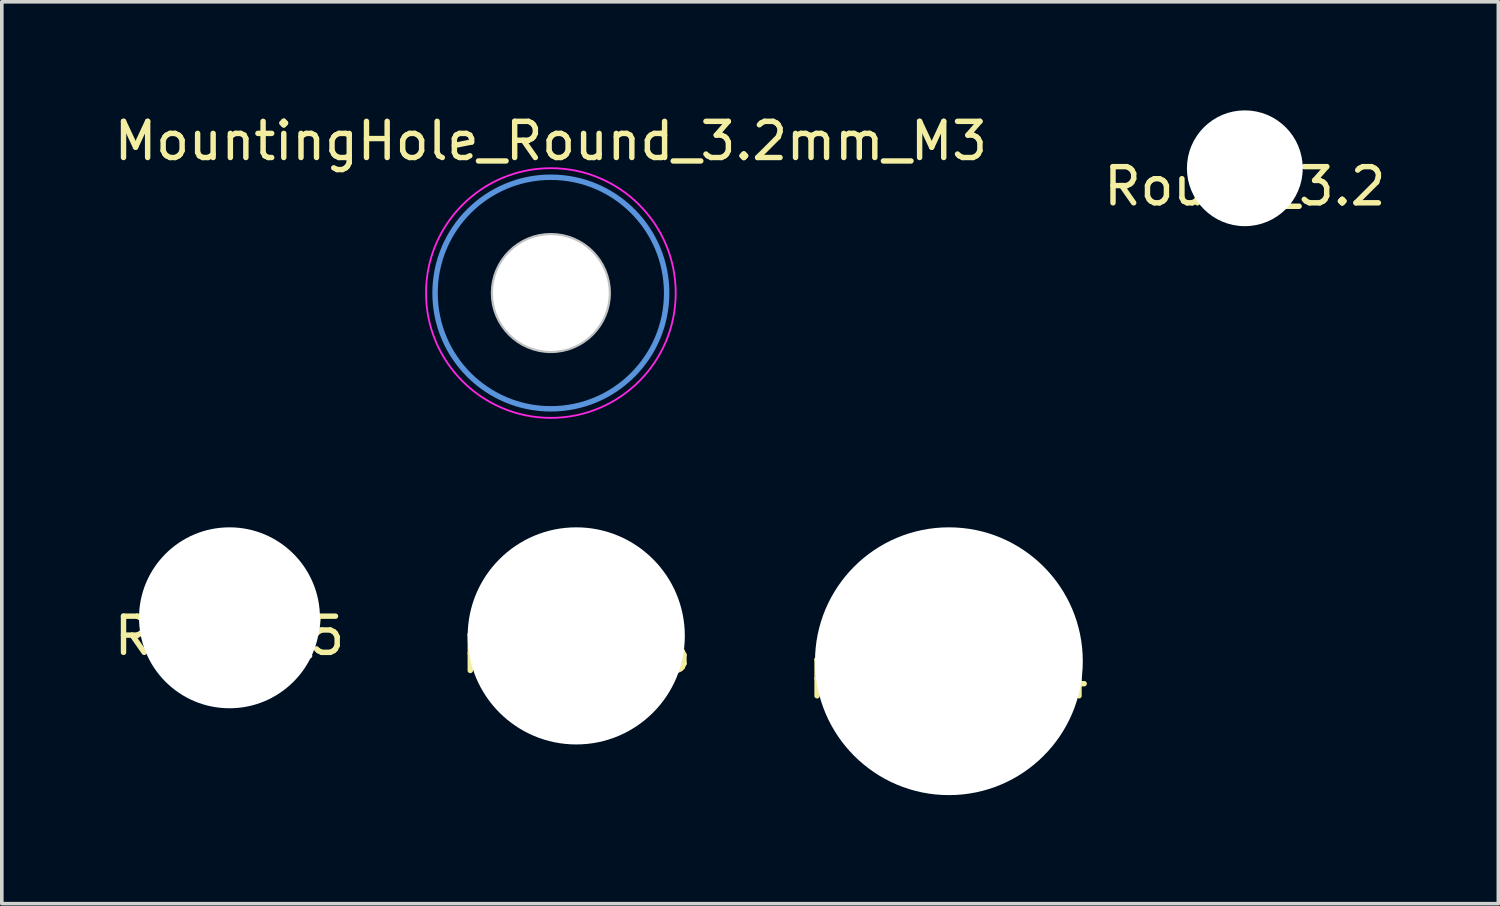
<source format=kicad_pcb>
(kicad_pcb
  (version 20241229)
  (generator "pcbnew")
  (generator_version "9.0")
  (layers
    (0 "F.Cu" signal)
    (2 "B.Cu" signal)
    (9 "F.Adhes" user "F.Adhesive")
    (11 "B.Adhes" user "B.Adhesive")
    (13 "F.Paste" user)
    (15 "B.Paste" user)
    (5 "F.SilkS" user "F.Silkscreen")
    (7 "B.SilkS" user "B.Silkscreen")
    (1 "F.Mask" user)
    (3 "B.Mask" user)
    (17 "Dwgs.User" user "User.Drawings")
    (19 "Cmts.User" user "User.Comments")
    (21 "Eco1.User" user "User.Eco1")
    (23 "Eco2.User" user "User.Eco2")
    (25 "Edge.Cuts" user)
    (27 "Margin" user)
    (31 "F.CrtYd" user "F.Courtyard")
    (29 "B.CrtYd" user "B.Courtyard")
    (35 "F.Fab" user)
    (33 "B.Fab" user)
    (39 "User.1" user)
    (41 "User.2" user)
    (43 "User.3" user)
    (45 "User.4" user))
  (footprint "Round_6"
    (layer "F.Cu")
    (at 12.875 14.523)
    (property "Reference" "Round_6" (at 0 0.5 0) (layer "F.SilkS") (effects (font (size 1 1) (thickness 0.15))))
    (attr through_hole)
    (pad "" np_thru_hole circle (at 0 0) (size 6 6) (drill 6) (layers "*.Cu" "*.Mask")))
  (footprint "Round_5"
    (layer "F.Cu")
    (at 3.292 14.023)
    (property "Reference" "Round_5" (at 0 0.5 0) (layer "F.SilkS") (effects (font (size 1 1) (thickness 0.15))))
    (attr through_hole)
    (pad "" np_thru_hole circle (at 0 0) (size 5 5) (drill 5) (layers "*.Cu" "*.Mask")))
  (footprint "Round_3.2"
    (layer "F.Cu")
    (at 31.351 1.6)
    (property "Reference" "Round_3.2" (at 0 0.5 0) (layer "F.SilkS") (effects (font (size 1 1) (thickness 0.15))))
    (attr through_hole)
    (pad "" np_thru_hole circle (at 0 0) (size 3.2 3.2) (drill 3.2) (layers "*.Cu" "*.Mask")))
  (footprint "MountingHole_Round_3.2mm_M3"
    (layer "F.Cu")
    (at 12.173 5.048)
    (property "Reference" "MountingHole_Round_3.2mm_M3" (at 0 -4.2 0) (layer "F.SilkS") (effects (font (size 1 1) (thickness 0.15))))
    (attr exclude_from_pos_files exclude_from_bom)
    (fp_circle (center 0 0) (end 1.6 0) (stroke (width 0.12) (type solid)) (fill no) (layer "Dwgs.User"))
    (fp_circle (center 0 0) (end 3.2 0) (stroke (width 0.15) (type solid)) (fill no) (layer "Cmts.User"))
    (fp_circle (center 0 0) (end 3.45 0) (stroke (width 0.05) (type solid)) (fill no) (layer "F.CrtYd"))
    (pad "" np_thru_hole circle (at 0 0) (size 3.2 3.2) (drill 3.2) (layers "*.Cu" "*.Mask")))
  (footprint "Round_7.4"
    (layer "F.Cu")
    (at 23.173 15.223)
    (property "Reference" "Round_7.4" (at 0 0.5 0) (layer "F.SilkS") (effects (font (size 1 1) (thickness 0.15))))
    (attr through_hole)
    (pad "" np_thru_hole circle (at 0 0) (size 7.4 7.4) (drill 7.4) (layers "*.Cu" "*.Mask")))
  (gr_rect
    (start -3 -3)
    (end 38.357 21.923)
    (stroke (width 0.1) (type default))
    (fill no)
    (layer "Edge.Cuts")))
</source>
